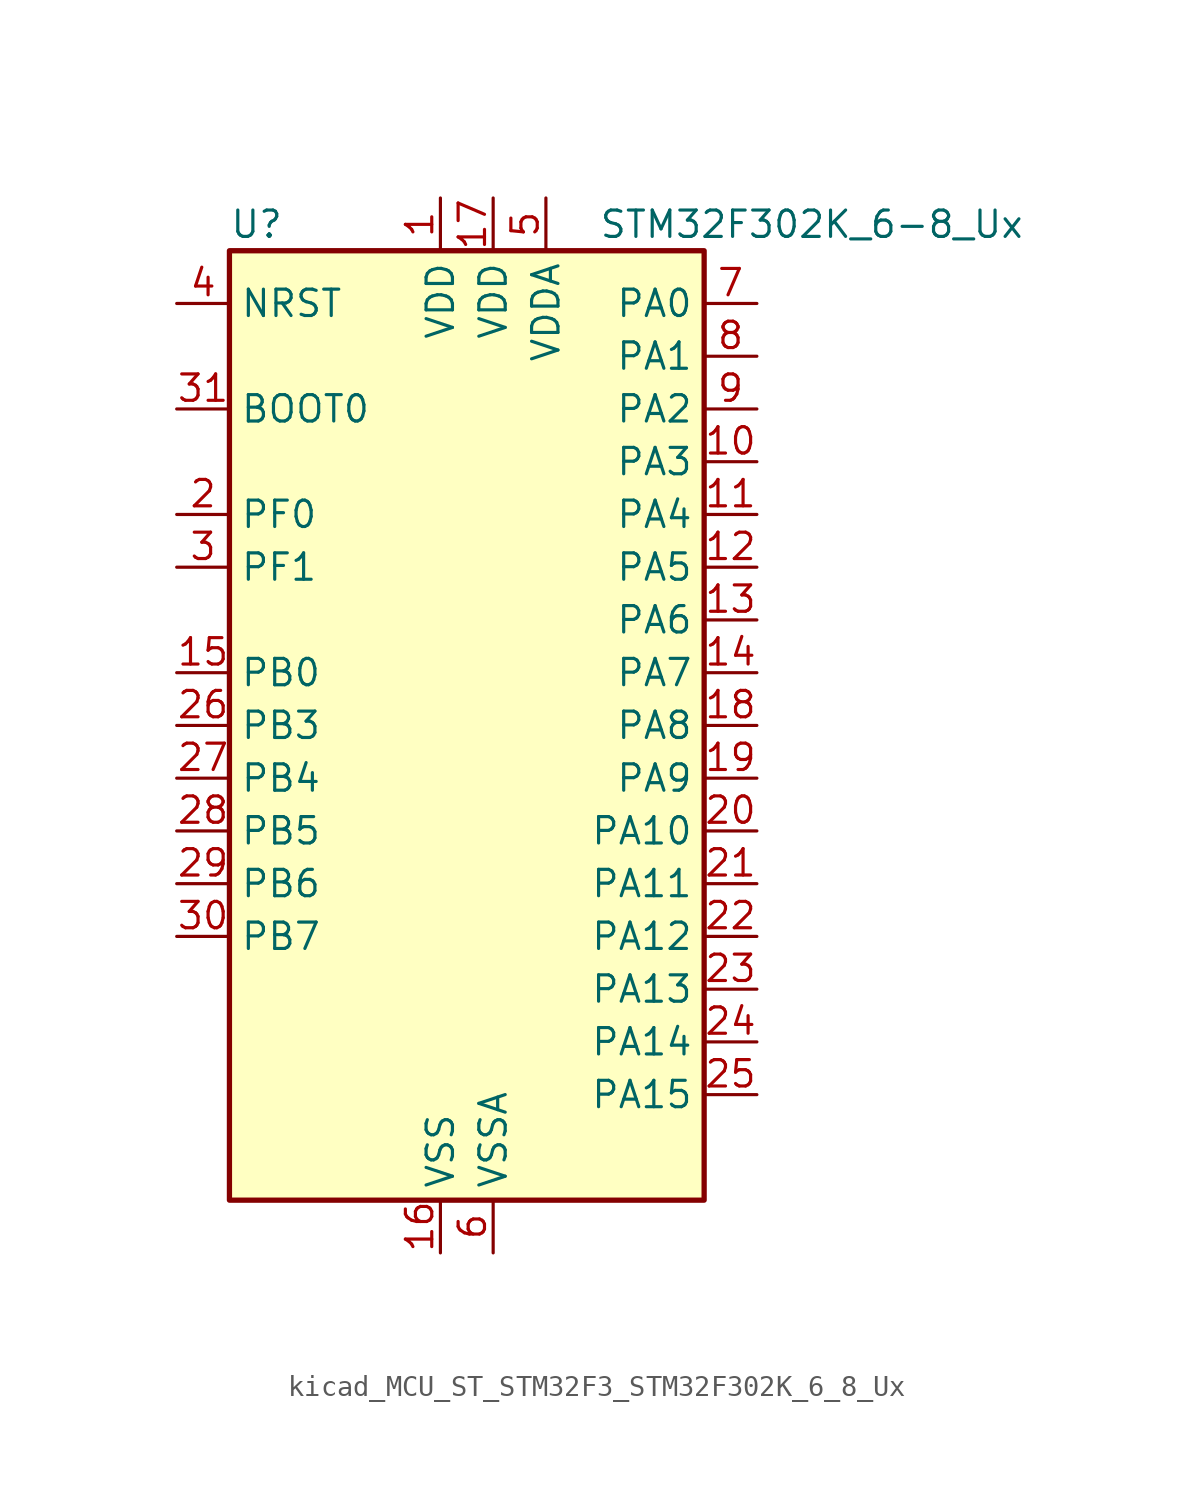
<source format=kicad_sym>
(kicad_symbol_lib
  (version 20220914)
  (generator kicad_symbol_editor)
  (symbol "kicad_MCU_ST_STM32F3_STM32F302K_6_8_Ux"
    (property "Reference" "U"
      (at -10.16 24.13 0)
      (effects (font (size 1.27 1.27)) (justify left)))
    (property "Value" "STM32F302K_6-8_Ux"
      (at 7.62 24.13 0)
      (effects (font (size 1.27 1.27)) (justify left)))
    (property "ki_locked" ""
      (at 0 0 0)
      (effects (font (size 1.27 1.27))))
    (symbol "kicad_MCU_ST_STM32F3_STM32F302K_6_8_Ux_0_1"
      (rectangle (start -10.16 -22.86) (end 12.7 22.86) (stroke (width 0.254) (type default)) (fill (type background))))
    (symbol "kicad_MCU_ST_STM32F3_STM32F302K_6_8_Ux_1_1"
      (pin power_in line (at 0 25.4 270) (length 2.54) (name "VDD" (effects (font (size 1.27 1.27)))) (number "1" (effects (font (size 1.27 1.27)))))
      (pin bidirectional line (at 15.24 12.7 180) (length 2.54) (name "PA3" (effects (font (size 1.27 1.27)))) (number "10" (effects (font (size 1.27 1.27)))) (alternate "ADC1_IN4" bidirectional line) (alternate "TIM15_CH2" bidirectional line) (alternate "TIM2_CH4" bidirectional line) (alternate "TSC_G1_IO4" bidirectional line) (alternate "USART2_RX" bidirectional line))
      (pin bidirectional line (at 15.24 10.16 180) (length 2.54) (name "PA4" (effects (font (size 1.27 1.27)))) (number "11" (effects (font (size 1.27 1.27)))) (alternate "ADC1_IN5" bidirectional line) (alternate "COMP2_INM" bidirectional line) (alternate "COMP4_INM" bidirectional line) (alternate "DAC_OUT1" bidirectional line) (alternate "I2S3_WS" bidirectional line) (alternate "SPI3_NSS" bidirectional line) (alternate "TSC_G2_IO1" bidirectional line) (alternate "USART2_CK" bidirectional line))
      (pin bidirectional line (at 15.24 7.62 180) (length 2.54) (name "PA5" (effects (font (size 1.27 1.27)))) (number "12" (effects (font (size 1.27 1.27)))) (alternate "OPAMP2_VINM" bidirectional line) (alternate "OPAMP2_VINM_SEC" bidirectional line) (alternate "TIM2_CH1" bidirectional line) (alternate "TIM2_ETR" bidirectional line) (alternate "TSC_G2_IO2" bidirectional line))
      (pin bidirectional line (at 15.24 5.08 180) (length 2.54) (name "PA6" (effects (font (size 1.27 1.27)))) (number "13" (effects (font (size 1.27 1.27)))) (alternate "ADC1_IN10" bidirectional line) (alternate "OPAMP2_VOUT" bidirectional line) (alternate "TIM16_CH1" bidirectional line) (alternate "TIM1_BKIN" bidirectional line) (alternate "TSC_G2_IO3" bidirectional line))
      (pin bidirectional line (at 15.24 2.54 180) (length 2.54) (name "PA7" (effects (font (size 1.27 1.27)))) (number "14" (effects (font (size 1.27 1.27)))) (alternate "ADC1_IN15" bidirectional line) (alternate "COMP2_INP" bidirectional line) (alternate "OPAMP2_VINP" bidirectional line) (alternate "OPAMP2_VINP_SEC" bidirectional line) (alternate "TIM17_CH1" bidirectional line) (alternate "TIM1_CH1N" bidirectional line) (alternate "TSC_G2_IO4" bidirectional line))
      (pin bidirectional line (at -12.7 2.54 0) (length 2.54) (name "PB0" (effects (font (size 1.27 1.27)))) (number "15" (effects (font (size 1.27 1.27)))) (alternate "ADC1_IN11" bidirectional line) (alternate "COMP4_INP" bidirectional line) (alternate "OPAMP2_VINP" bidirectional line) (alternate "OPAMP2_VINP_SEC" bidirectional line) (alternate "TIM1_CH2N" bidirectional line) (alternate "TSC_G3_IO2" bidirectional line))
      (pin power_in line (at 0 -25.4 90) (length 2.54) (name "VSS" (effects (font (size 1.27 1.27)))) (number "16" (effects (font (size 1.27 1.27)))))
      (pin power_in line (at 2.54 25.4 270) (length 2.54) (name "VDD" (effects (font (size 1.27 1.27)))) (number "17" (effects (font (size 1.27 1.27)))))
      (pin bidirectional line (at 15.24 0 180) (length 2.54) (name "PA8" (effects (font (size 1.27 1.27)))) (number "18" (effects (font (size 1.27 1.27)))) (alternate "I2C2_SMBA" bidirectional line) (alternate "I2C3_SCL" bidirectional line) (alternate "I2S2_MCK" bidirectional line) (alternate "RCC_MCO" bidirectional line) (alternate "TIM1_CH1" bidirectional line) (alternate "USART1_CK" bidirectional line))
      (pin bidirectional line (at 15.24 -2.54 180) (length 2.54) (name "PA9" (effects (font (size 1.27 1.27)))) (number "19" (effects (font (size 1.27 1.27)))) (alternate "DAC_EXTI9" bidirectional line) (alternate "I2C2_SCL" bidirectional line) (alternate "I2C3_SMBA" bidirectional line) (alternate "I2S3_MCK" bidirectional line) (alternate "TIM15_BKIN" bidirectional line) (alternate "TIM1_CH2" bidirectional line) (alternate "TIM2_CH3" bidirectional line) (alternate "TSC_G4_IO1" bidirectional line) (alternate "USART1_TX" bidirectional line))
      (pin bidirectional line (at -12.7 10.16 0) (length 2.54) (name "PF0" (effects (font (size 1.27 1.27)))) (number "2" (effects (font (size 1.27 1.27)))) (alternate "I2C2_SDA" bidirectional line) (alternate "I2S2_WS" bidirectional line) (alternate "RCC_OSC_IN" bidirectional line) (alternate "SPI2_NSS" bidirectional line) (alternate "TIM1_CH3N" bidirectional line))
      (pin bidirectional line (at 15.24 -5.08 180) (length 2.54) (name "PA10" (effects (font (size 1.27 1.27)))) (number "20" (effects (font (size 1.27 1.27)))) (alternate "I2C2_SDA" bidirectional line) (alternate "I2S2_ext_SD" bidirectional line) (alternate "SPI2_MISO" bidirectional line) (alternate "TIM17_BKIN" bidirectional line) (alternate "TIM1_CH3" bidirectional line) (alternate "TIM2_CH4" bidirectional line) (alternate "TSC_G4_IO2" bidirectional line) (alternate "USART1_RX" bidirectional line))
      (pin bidirectional line (at 15.24 -7.62 180) (length 2.54) (name "PA11" (effects (font (size 1.27 1.27)))) (number "21" (effects (font (size 1.27 1.27)))) (alternate "ADC1_EXTI11" bidirectional line) (alternate "CAN_RX" bidirectional line) (alternate "I2S2_SD" bidirectional line) (alternate "SPI2_MOSI" bidirectional line) (alternate "TIM1_BKIN2" bidirectional line) (alternate "TIM1_CH1N" bidirectional line) (alternate "TIM1_CH4" bidirectional line) (alternate "USART1_CTS" bidirectional line) (alternate "USB_DM" bidirectional line))
      (pin bidirectional line (at 15.24 -10.16 180) (length 2.54) (name "PA12" (effects (font (size 1.27 1.27)))) (number "22" (effects (font (size 1.27 1.27)))) (alternate "CAN_TX" bidirectional line) (alternate "COMP2_OUT" bidirectional line) (alternate "I2S_CKIN" bidirectional line) (alternate "TIM16_CH1" bidirectional line) (alternate "TIM1_CH2N" bidirectional line) (alternate "TIM1_ETR" bidirectional line) (alternate "USART1_DE" bidirectional line) (alternate "USART1_RTS" bidirectional line) (alternate "USB_DP" bidirectional line))
      (pin bidirectional line (at 15.24 -12.7 180) (length 2.54) (name "PA13" (effects (font (size 1.27 1.27)))) (number "23" (effects (font (size 1.27 1.27)))) (alternate "IR_OUT" bidirectional line) (alternate "SYS_JTMS-SWDIO" bidirectional line) (alternate "TIM16_CH1N" bidirectional line) (alternate "TSC_G4_IO3" bidirectional line))
      (pin bidirectional line (at 15.24 -15.24 180) (length 2.54) (name "PA14" (effects (font (size 1.27 1.27)))) (number "24" (effects (font (size 1.27 1.27)))) (alternate "I2C1_SDA" bidirectional line) (alternate "SYS_JTCK-SWCLK" bidirectional line) (alternate "TIM1_BKIN" bidirectional line) (alternate "TSC_G4_IO4" bidirectional line) (alternate "USART2_TX" bidirectional line))
      (pin bidirectional line (at 15.24 -17.78 180) (length 2.54) (name "PA15" (effects (font (size 1.27 1.27)))) (number "25" (effects (font (size 1.27 1.27)))) (alternate "ADC1_EXTI15" bidirectional line) (alternate "I2C1_SCL" bidirectional line) (alternate "I2S3_WS" bidirectional line) (alternate "SPI3_NSS" bidirectional line) (alternate "SYS_JTDI" bidirectional line) (alternate "TIM1_BKIN" bidirectional line) (alternate "TIM2_CH1" bidirectional line) (alternate "TIM2_ETR" bidirectional line) (alternate "TSC_SYNC" bidirectional line) (alternate "USART2_RX" bidirectional line))
      (pin bidirectional line (at -12.7 0 0) (length 2.54) (name "PB3" (effects (font (size 1.27 1.27)))) (number "26" (effects (font (size 1.27 1.27)))) (alternate "I2S3_CK" bidirectional line) (alternate "SPI3_SCK" bidirectional line) (alternate "SYS_JTDO-TRACESWO" bidirectional line) (alternate "TIM2_CH2" bidirectional line) (alternate "TSC_G5_IO1" bidirectional line) (alternate "USART2_TX" bidirectional line))
      (pin bidirectional line (at -12.7 -2.54 0) (length 2.54) (name "PB4" (effects (font (size 1.27 1.27)))) (number "27" (effects (font (size 1.27 1.27)))) (alternate "I2S3_ext_SD" bidirectional line) (alternate "SPI3_MISO" bidirectional line) (alternate "SYS_NJTRST" bidirectional line) (alternate "TIM16_CH1" bidirectional line) (alternate "TIM17_BKIN" bidirectional line) (alternate "TSC_G5_IO2" bidirectional line) (alternate "USART2_RX" bidirectional line))
      (pin bidirectional line (at -12.7 -5.08 0) (length 2.54) (name "PB5" (effects (font (size 1.27 1.27)))) (number "28" (effects (font (size 1.27 1.27)))) (alternate "I2C1_SMBA" bidirectional line) (alternate "I2C3_SDA" bidirectional line) (alternate "I2S3_SD" bidirectional line) (alternate "SPI3_MOSI" bidirectional line) (alternate "TIM16_BKIN" bidirectional line) (alternate "TIM17_CH1" bidirectional line) (alternate "USART2_CK" bidirectional line))
      (pin bidirectional line (at -12.7 -7.62 0) (length 2.54) (name "PB6" (effects (font (size 1.27 1.27)))) (number "29" (effects (font (size 1.27 1.27)))) (alternate "I2C1_SCL" bidirectional line) (alternate "TIM16_CH1N" bidirectional line) (alternate "TSC_G5_IO3" bidirectional line) (alternate "USART1_TX" bidirectional line))
      (pin bidirectional line (at -12.7 7.62 0) (length 2.54) (name "PF1" (effects (font (size 1.27 1.27)))) (number "3" (effects (font (size 1.27 1.27)))) (alternate "I2C2_SCL" bidirectional line) (alternate "I2S2_CK" bidirectional line) (alternate "RCC_OSC_OUT" bidirectional line) (alternate "SPI2_SCK" bidirectional line))
      (pin bidirectional line (at -12.7 -10.16 0) (length 2.54) (name "PB7" (effects (font (size 1.27 1.27)))) (number "30" (effects (font (size 1.27 1.27)))) (alternate "I2C1_SDA" bidirectional line) (alternate "TIM17_CH1N" bidirectional line) (alternate "TSC_G5_IO4" bidirectional line) (alternate "USART1_RX" bidirectional line))
      (pin input line (at -12.7 15.24 0) (length 2.54) (name "BOOT0" (effects (font (size 1.27 1.27)))) (number "31" (effects (font (size 1.27 1.27)))))
      (pin passive line (at 0 -25.4 90) (length 2.54) hide (name "VSS" (effects (font (size 1.27 1.27)))) (number "32" (effects (font (size 1.27 1.27)))))
      (pin passive line (at 0 -25.4 90) (length 2.54) hide (name "VSS" (effects (font (size 1.27 1.27)))) (number "33" (effects (font (size 1.27 1.27)))))
      (pin input line (at -12.7 20.32 0) (length 2.54) (name "NRST" (effects (font (size 1.27 1.27)))) (number "4" (effects (font (size 1.27 1.27)))))
      (pin power_in line (at 5.08 25.4 270) (length 2.54) (name "VDDA" (effects (font (size 1.27 1.27)))) (number "5" (effects (font (size 1.27 1.27)))))
      (pin power_in line (at 2.54 -25.4 90) (length 2.54) (name "VSSA" (effects (font (size 1.27 1.27)))) (number "6" (effects (font (size 1.27 1.27)))))
      (pin bidirectional line (at 15.24 20.32 180) (length 2.54) (name "PA0" (effects (font (size 1.27 1.27)))) (number "7" (effects (font (size 1.27 1.27)))) (alternate "ADC1_IN1" bidirectional line) (alternate "RTC_TAMP2" bidirectional line) (alternate "SYS_WKUP1" bidirectional line) (alternate "TIM2_CH1" bidirectional line) (alternate "TIM2_ETR" bidirectional line) (alternate "TSC_G1_IO1" bidirectional line) (alternate "USART2_CTS" bidirectional line))
      (pin bidirectional line (at 15.24 17.78 180) (length 2.54) (name "PA1" (effects (font (size 1.27 1.27)))) (number "8" (effects (font (size 1.27 1.27)))) (alternate "ADC1_IN2" bidirectional line) (alternate "RTC_REFIN" bidirectional line) (alternate "TIM15_CH1N" bidirectional line) (alternate "TIM2_CH2" bidirectional line) (alternate "TSC_G1_IO2" bidirectional line) (alternate "USART2_DE" bidirectional line) (alternate "USART2_RTS" bidirectional line))
      (pin bidirectional line (at 15.24 15.24 180) (length 2.54) (name "PA2" (effects (font (size 1.27 1.27)))) (number "9" (effects (font (size 1.27 1.27)))) (alternate "ADC1_IN3" bidirectional line) (alternate "COMP2_INM" bidirectional line) (alternate "COMP2_OUT" bidirectional line) (alternate "TIM15_CH1" bidirectional line) (alternate "TIM2_CH3" bidirectional line) (alternate "TSC_G1_IO3" bidirectional line) (alternate "USART2_TX" bidirectional line)))))
</source>
